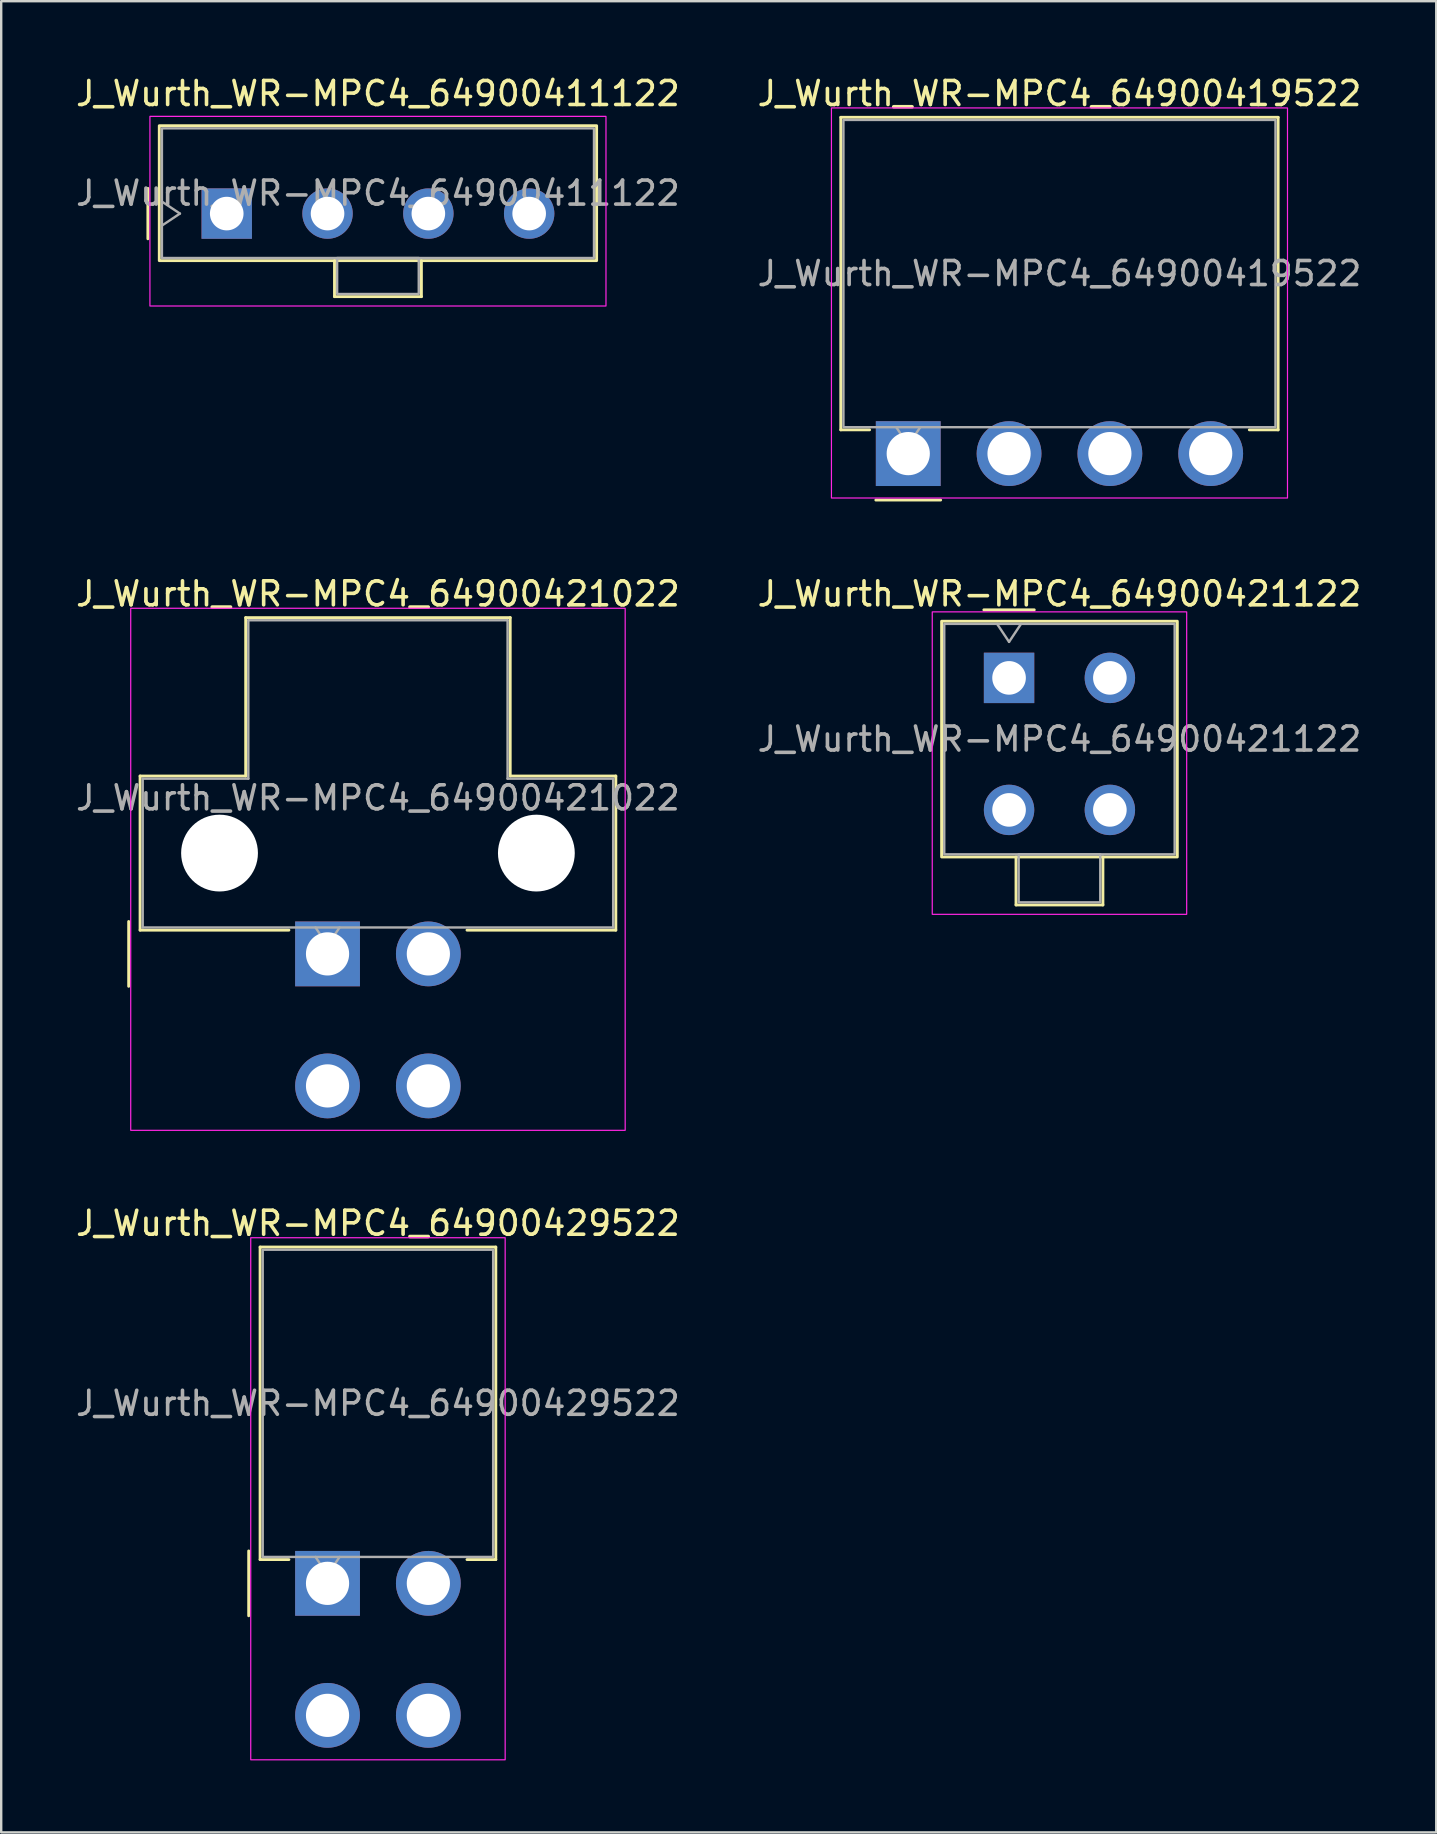
<source format=kicad_pcb>
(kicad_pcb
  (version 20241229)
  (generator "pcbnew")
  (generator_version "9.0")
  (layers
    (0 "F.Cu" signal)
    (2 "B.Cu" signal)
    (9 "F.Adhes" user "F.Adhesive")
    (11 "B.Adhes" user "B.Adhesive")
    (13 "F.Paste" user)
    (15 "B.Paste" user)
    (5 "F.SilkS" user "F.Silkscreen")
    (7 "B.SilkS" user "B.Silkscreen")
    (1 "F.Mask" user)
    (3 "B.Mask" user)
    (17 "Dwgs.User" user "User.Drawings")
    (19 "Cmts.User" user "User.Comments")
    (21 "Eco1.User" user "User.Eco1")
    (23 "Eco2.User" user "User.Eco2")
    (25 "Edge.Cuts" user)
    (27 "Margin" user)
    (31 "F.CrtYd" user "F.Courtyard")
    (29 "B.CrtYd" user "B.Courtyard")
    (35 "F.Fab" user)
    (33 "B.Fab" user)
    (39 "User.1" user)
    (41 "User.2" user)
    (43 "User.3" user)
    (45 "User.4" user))
  (footprint "J_Wurth_WR-MPC4_64900429522"
    (layer "F.Cu")
    (at 10.596 62.915)
    (property "Reference" "J_Wurth_WR-MPC4_64900429522" (at 2.1 -15 0) (unlocked yes) (layer "F.SilkS") (effects (font (size 1 1) (thickness 0.15))))
    (attr through_hole)
    (fp_line (start -3.285 -1.35) (end -3.285 1.35) (stroke (width 0.12) (type solid)) (layer "F.SilkS"))
    (fp_line (start -2.81 -14.01) (end 7.01 -14.01) (stroke (width 0.12) (type default)) (layer "F.SilkS"))
    (fp_line (start -2.81 -0.99) (end -2.81 -14.01) (stroke (width 0.12) (type default)) (layer "F.SilkS"))
    (fp_line (start -1.61 -0.99) (end -2.81 -0.99) (stroke (width 0.12) (type solid)) (layer "F.SilkS"))
    (fp_line (start 7.01 -14.01) (end 7.01 -0.99) (stroke (width 0.12) (type solid)) (layer "F.SilkS"))
    (fp_line (start 7.01 -0.99) (end 5.81 -0.99) (stroke (width 0.12) (type solid)) (layer "F.SilkS"))
    (fp_rect (start -3.2 -14.4) (end 7.4 7.35) (stroke (width 0.05) (type solid)) (fill no) (layer "F.CrtYd"))
    (fp_line (start 0 -0.35) (end -0.5 -1.1) (stroke (width 0.1) (type solid)) (layer "F.Fab"))
    (fp_line (start 0 -0.35) (end 0.5 -1.1) (stroke (width 0.1) (type solid)) (layer "F.Fab"))
    (fp_rect (start -2.7 -13.9) (end 6.9 -1.1) (stroke (width 0.1) (type solid)) (fill no) (layer "F.Fab"))
    (fp_text user "${REFERENCE}" (at 2.1 -7.5 0) (unlocked yes) (layer "F.Fab") (effects (font (size 1 1) (thickness 0.15))))
    (pad "1" thru_hole rect (at 0 0 180) (size 2.7 2.7) (drill 1.8) (layers "*.Cu" "*.Mask"))
    (pad "2" thru_hole circle (at 4.2 0 180) (size 2.7 2.7) (drill 1.8) (layers "*.Cu" "*.Mask"))
    (pad "3" thru_hole circle (at 0 5.5 180) (size 2.7 2.7) (drill 1.8) (layers "*.Cu" "*.Mask"))
    (pad "4" thru_hole circle (at 4.2 5.5 180) (size 2.7 2.7) (drill 1.8) (layers "*.Cu" "*.Mask")))
  (footprint "J_Wurth_WR-MPC4_64900419522"
    (layer "F.Cu")
    (at 34.789 15.848)
    (property "Reference" "J_Wurth_WR-MPC4_64900419522" (at 6.3 -15 0) (unlocked yes) (layer "F.SilkS") (effects (font (size 1 1) (thickness 0.15))))
    (attr through_hole)
    (fp_line (start -2.81 -14.01) (end 15.41 -14.01) (stroke (width 0.12) (type default)) (layer "F.SilkS"))
    (fp_line (start -2.81 -0.99) (end -2.81 -14.01) (stroke (width 0.12) (type default)) (layer "F.SilkS"))
    (fp_line (start -1.61 -0.99) (end -2.81 -0.99) (stroke (width 0.12) (type solid)) (layer "F.SilkS"))
    (fp_line (start -1.35 1.935) (end 1.35 1.935) (stroke (width 0.12) (type solid)) (layer "F.SilkS"))
    (fp_line (start 15.41 -14.01) (end 15.41 -0.99) (stroke (width 0.12) (type default)) (layer "F.SilkS"))
    (fp_line (start 15.41 -0.99) (end 14.21 -0.99) (stroke (width 0.12) (type solid)) (layer "F.SilkS"))
    (fp_rect (start -3.2 -14.4) (end 15.8 1.85) (stroke (width 0.05) (type solid)) (fill no) (layer "F.CrtYd"))
    (fp_line (start 0 -0.35) (end -0.5 -1.1) (stroke (width 0.1) (type solid)) (layer "F.Fab"))
    (fp_line (start 0 -0.35) (end 0.5 -1.1) (stroke (width 0.1) (type solid)) (layer "F.Fab"))
    (fp_rect (start -2.7 -13.9) (end 15.3 -1.1) (stroke (width 0.1) (type solid)) (fill no) (layer "F.Fab"))
    (fp_text user "${REFERENCE}" (at 6.3 -7.5 0) (unlocked yes) (layer "F.Fab") (effects (font (size 1 1) (thickness 0.15))))
    (pad "1" thru_hole rect (at 0 0 180) (size 2.7 2.7) (drill 1.8) (layers "*.Cu" "*.Mask"))
    (pad "2" thru_hole circle (at 4.2 0 180) (size 2.7 2.7) (drill 1.8) (layers "*.Cu" "*.Mask"))
    (pad "3" thru_hole circle (at 8.4 0 180) (size 2.7 2.7) (drill 1.8) (layers "*.Cu" "*.Mask"))
    (pad "4" thru_hole circle (at 12.6 0 180) (size 2.7 2.7) (drill 1.8) (layers "*.Cu" "*.Mask")))
  (footprint "J_Wurth_WR-MPC4_64900421122"
    (layer "F.Cu")
    (at 38.989 25.192)
    (property "Reference" "J_Wurth_WR-MPC4_64900421122" (at 2.1 -3.5 0) (unlocked yes) (layer "F.SilkS") (effects (font (size 1 1) (thickness 0.15))))
    (attr through_hole)
    (fp_line (start 0.29 9.46) (end 0.29 7.46) (stroke (width 0.12) (type default)) (layer "F.SilkS"))
    (fp_line (start 1.05 -2.835) (end -1.05 -2.835) (stroke (width 0.12) (type solid)) (layer "F.SilkS"))
    (fp_line (start 3.91 7.46) (end 3.91 9.46) (stroke (width 0.12) (type default)) (layer "F.SilkS"))
    (fp_line (start 3.91 9.46) (end 0.29 9.46) (stroke (width 0.12) (type default)) (layer "F.SilkS"))
    (fp_rect (start -2.81 -2.36) (end 7.01 7.46) (stroke (width 0.12) (type solid)) (fill no) (layer "F.SilkS"))
    (fp_rect (start -3.2 -2.75) (end 7.4 9.85) (stroke (width 0.05) (type solid)) (fill no) (layer "F.CrtYd"))
    (fp_line (start 0 -1.5) (end -0.5 -2.25) (stroke (width 0.1) (type solid)) (layer "F.Fab"))
    (fp_line (start 0 -1.5) (end 0.5 -2.25) (stroke (width 0.1) (type solid)) (layer "F.Fab"))
    (fp_rect (start -2.7 -2.25) (end 6.9 7.35) (stroke (width 0.1) (type solid)) (fill no) (layer "F.Fab"))
    (fp_rect (start 0.4 7.35) (end 3.8 9.35) (stroke (width 0.1) (type solid)) (fill no) (layer "F.Fab"))
    (fp_text user "${REFERENCE}" (at 2.1 2.55 0) (unlocked yes) (layer "F.Fab") (effects (font (size 1 1) (thickness 0.15))))
    (pad "1" thru_hole rect (at 0 0 180) (size 2.1 2.1) (drill 1.4) (layers "*.Cu" "*.Mask"))
    (pad "2" thru_hole circle (at 4.2 0 180) (size 2.1 2.1) (drill 1.4) (layers "*.Cu" "*.Mask"))
    (pad "3" thru_hole circle (at 0 5.5 180) (size 2.1 2.1) (drill 1.4) (layers "*.Cu" "*.Mask"))
    (pad "4" thru_hole circle (at 4.2 5.5 180) (size 2.1 2.1) (drill 1.4) (layers "*.Cu" "*.Mask")))
  (footprint "J_Wurth_WR-MPC4_64900421022"
    (layer "F.Cu")
    (at 10.596 36.691)
    (property "Reference" "J_Wurth_WR-MPC4_64900421022" (at 2.1 -15 0) (unlocked yes) (layer "F.SilkS") (effects (font (size 1 1) (thickness 0.15))))
    (attr through_hole)
    (fp_line (start -8.285 -1.35) (end -8.285 1.35) (stroke (width 0.12) (type solid)) (layer "F.SilkS"))
    (fp_line (start -7.81 -7.41) (end -3.41 -7.41) (stroke (width 0.12) (type default)) (layer "F.SilkS"))
    (fp_line (start -7.81 -0.99) (end -7.81 -7.41) (stroke (width 0.12) (type default)) (layer "F.SilkS"))
    (fp_line (start -7.81 -0.99) (end -1.61 -0.99) (stroke (width 0.12) (type solid)) (layer "F.SilkS"))
    (fp_line (start -3.41 -14.01) (end -3.41 -7.41) (stroke (width 0.12) (type solid)) (layer "F.SilkS"))
    (fp_line (start 5.81 -0.99) (end 12.01 -0.99) (stroke (width 0.12) (type solid)) (layer "F.SilkS"))
    (fp_line (start 7.61 -14.01) (end -3.41 -14.01) (stroke (width 0.12) (type solid)) (layer "F.SilkS"))
    (fp_line (start 7.61 -7.41) (end 7.61 -14.01) (stroke (width 0.12) (type solid)) (layer "F.SilkS"))
    (fp_line (start 12.01 -7.41) (end 7.61 -7.41) (stroke (width 0.12) (type default)) (layer "F.SilkS"))
    (fp_line (start 12.01 -0.99) (end 12.01 -7.41) (stroke (width 0.12) (type default)) (layer "F.SilkS"))
    (fp_rect (start -8.2 -14.4) (end 12.4 7.35) (stroke (width 0.05) (type solid)) (fill no) (layer "F.CrtYd"))
    (fp_line (start -7.7 -1.1) (end -7.7 -7.3) (stroke (width 0.1) (type default)) (layer "F.Fab"))
    (fp_line (start -7.7 -1.1) (end 11.9 -1.1) (stroke (width 0.1) (type solid)) (layer "F.Fab"))
    (fp_line (start -3.3 -13.9) (end -3.3 -7.3) (stroke (width 0.1) (type solid)) (layer "F.Fab"))
    (fp_line (start -3.3 -7.3) (end -7.7 -7.3) (stroke (width 0.1) (type default)) (layer "F.Fab"))
    (fp_line (start 0 -0.35) (end -0.5 -1.1) (stroke (width 0.1) (type solid)) (layer "F.Fab"))
    (fp_line (start 0 -0.35) (end 0.5 -1.1) (stroke (width 0.1) (type solid)) (layer "F.Fab"))
    (fp_line (start 7.5 -13.9) (end -3.3 -13.9) (stroke (width 0.1) (type default)) (layer "F.Fab"))
    (fp_line (start 7.5 -7.3) (end 7.5 -13.9) (stroke (width 0.1) (type solid)) (layer "F.Fab"))
    (fp_line (start 7.5 -7.3) (end 11.9 -7.3) (stroke (width 0.1) (type default)) (layer "F.Fab"))
    (fp_line (start 11.9 -1.1) (end 11.9 -7.3) (stroke (width 0.1) (type default)) (layer "F.Fab"))
    (fp_text user "${REFERENCE}" (at 2.1 -6.5 0) (unlocked yes) (layer "F.Fab") (effects (font (size 1 1) (thickness 0.15))))
    (pad "" np_thru_hole circle (at -4.5 -4.2) (size 3.2 3.2) (drill 3.2) (layers "*.Cu" "*.Mask"))
    (pad "" np_thru_hole circle (at 8.7 -4.2) (size 3.2 3.2) (drill 3.2) (layers "*.Cu" "*.Mask"))
    (pad "1" thru_hole rect (at 0 0 180) (size 2.7 2.7) (drill 1.8) (layers "*.Cu" "*.Mask"))
    (pad "2" thru_hole circle (at 4.2 0 180) (size 2.7 2.7) (drill 1.8) (layers "*.Cu" "*.Mask"))
    (pad "3" thru_hole circle (at 0 5.5 180) (size 2.7 2.7) (drill 1.8) (layers "*.Cu" "*.Mask"))
    (pad "4" thru_hole circle (at 4.2 5.5 180) (size 2.7 2.7) (drill 1.8) (layers "*.Cu" "*.Mask")))
  (footprint "J_Wurth_WR-MPC4_64900411122"
    (layer "F.Cu")
    (at 6.396 5.848)
    (property "Reference" "J_Wurth_WR-MPC4_64900411122" (at 6.3 -5 0) (unlocked yes) (layer "F.SilkS") (effects (font (size 1 1) (thickness 0.15))))
    (attr through_hole)
    (fp_line (start -3.285 -1.05) (end -3.285 1.05) (stroke (width 0.12) (type solid)) (layer "F.SilkS"))
    (fp_line (start 4.49 3.46) (end 4.49 1.96) (stroke (width 0.12) (type default)) (layer "F.SilkS"))
    (fp_line (start 8.11 1.96) (end 8.11 3.46) (stroke (width 0.12) (type default)) (layer "F.SilkS"))
    (fp_line (start 8.11 3.46) (end 4.49 3.46) (stroke (width 0.12) (type default)) (layer "F.SilkS"))
    (fp_rect (start -2.81 -3.66) (end 15.41 1.96) (stroke (width 0.12) (type solid)) (fill no) (layer "F.SilkS"))
    (fp_rect (start -3.2 -4.05) (end 15.8 3.85) (stroke (width 0.05) (type solid)) (fill no) (layer "F.CrtYd"))
    (fp_line (start -1.95 0) (end -2.7 -0.5) (stroke (width 0.1) (type solid)) (layer "F.Fab"))
    (fp_line (start -1.95 0) (end -2.7 0.5) (stroke (width 0.1) (type solid)) (layer "F.Fab"))
    (fp_rect (start -2.7 -3.55) (end 15.3 1.85) (stroke (width 0.1) (type solid)) (fill no) (layer "F.Fab"))
    (fp_rect (start 4.6 1.85) (end 8 3.35) (stroke (width 0.1) (type solid)) (fill no) (layer "F.Fab"))
    (fp_text user "${REFERENCE}" (at 6.3 -0.85 0) (unlocked yes) (layer "F.Fab") (effects (font (size 1 1) (thickness 0.15))))
    (pad "1" thru_hole rect (at 0 0 180) (size 2.1 2.1) (drill 1.4) (layers "*.Cu" "*.Mask"))
    (pad "2" thru_hole circle (at 4.2 0 180) (size 2.1 2.1) (drill 1.4) (layers "*.Cu" "*.Mask"))
    (pad "3" thru_hole circle (at 8.4 0 180) (size 2.1 2.1) (drill 1.4) (layers "*.Cu" "*.Mask"))
    (pad "4" thru_hole circle (at 12.6 0 180) (size 2.1 2.1) (drill 1.4) (layers "*.Cu" "*.Mask")))
  (gr_rect
    (start -3 -3)
    (end 56.786 73.29)
    (stroke (width 0.1) (type default))
    (fill no)
    (layer "Edge.Cuts")))
</source>
